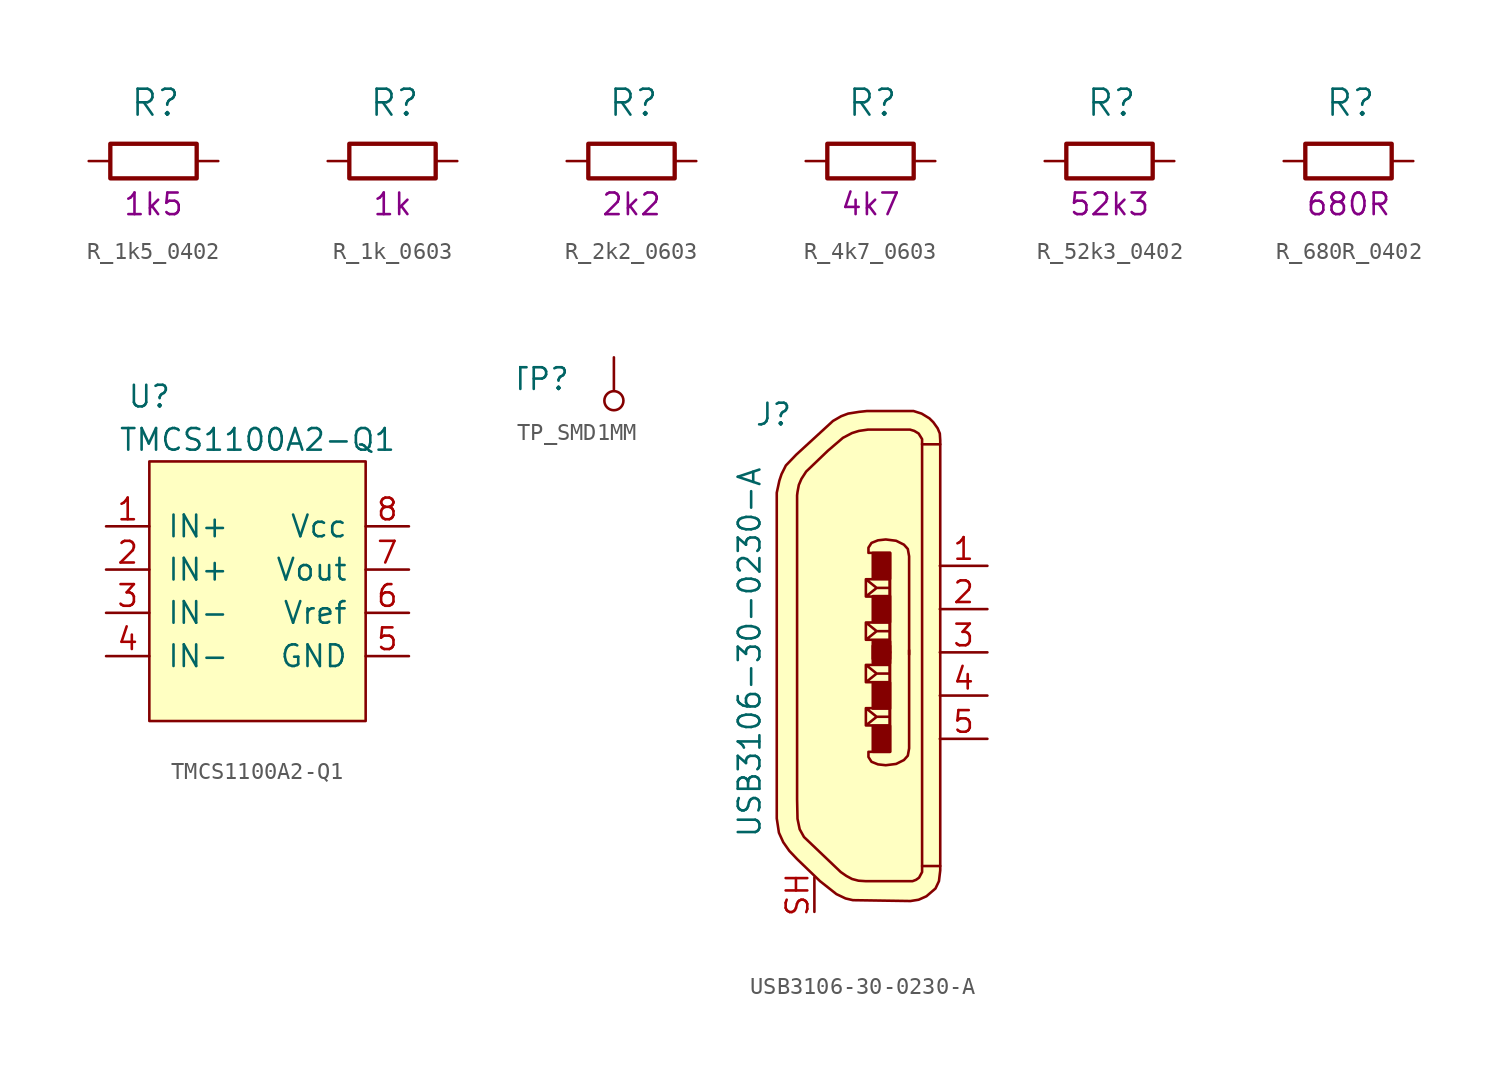
<source format=kicad_sym>
(kicad_symbol_lib
  (version 20211014)
  (generator kicad_symbol_editor)
  (symbol "R_1k5_0402"
    (pin_names
      (offset 0))
    (property "Reference" "R"
      (at -1.397 3.429 0)
      (effects (font (size 1.524 1.524)) (justify left)))
    (property "Val" "1k5"
      (at 0 -2.54 0)
      (effects (font (size 1.27 1.27))))
    (symbol "R_1k5_0402_1_1"
      (rectangle (start 2.54 -1.016) (end -2.54 1.016) (stroke (width 0.254) (type default) (color 0 0 0 0)) (fill (type none)))
      (pin passive line (at -3.81 0 0) (length 1.27) (name "~" (effects (font (size 0 0)))) (number "1" (effects (font (size 0 0)))))
      (pin passive line (at 3.81 0 180) (length 1.27) (name "~" (effects (font (size 0 0)))) (number "2" (effects (font (size 0 0)))))))
  (symbol "R_1k_0603"
    (pin_names
      (offset 0))
    (property "Reference" "R"
      (at -1.397 3.429 0)
      (effects (font (size 1.524 1.524)) (justify left)))
    (property "Val" "1k"
      (at 0 -2.54 0)
      (effects (font (size 1.27 1.27))))
    (symbol "R_1k_0603_1_1"
      (rectangle (start 2.54 -1.016) (end -2.54 1.016) (stroke (width 0.254) (type default) (color 0 0 0 0)) (fill (type none)))
      (pin passive line (at -3.81 0 0) (length 1.27) (name "~" (effects (font (size 0 0)))) (number "1" (effects (font (size 0 0)))))
      (pin passive line (at 3.81 0 180) (length 1.27) (name "~" (effects (font (size 0 0)))) (number "2" (effects (font (size 0 0)))))))
  (symbol "R_2k2_0603"
    (pin_names
      (offset 0))
    (property "Reference" "R"
      (at -1.397 3.429 0)
      (effects (font (size 1.524 1.524)) (justify left)))
    (property "Val" "2k2"
      (at 0 -2.54 0)
      (effects (font (size 1.27 1.27))))
    (symbol "R_2k2_0603_1_1"
      (rectangle (start 2.54 -1.016) (end -2.54 1.016) (stroke (width 0.254) (type default) (color 0 0 0 0)) (fill (type none)))
      (pin passive line (at -3.81 0 0) (length 1.27) (name "~" (effects (font (size 0 0)))) (number "1" (effects (font (size 0 0)))))
      (pin passive line (at 3.81 0 180) (length 1.27) (name "~" (effects (font (size 0 0)))) (number "2" (effects (font (size 0 0)))))))
  (symbol "R_4k7_0603"
    (pin_names
      (offset 0))
    (property "Reference" "R"
      (at -1.397 3.429 0)
      (effects (font (size 1.524 1.524)) (justify left)))
    (property "Val" "4k7"
      (at 0 -2.54 0)
      (effects (font (size 1.27 1.27))))
    (symbol "R_4k7_0603_1_1"
      (rectangle (start 2.54 -1.016) (end -2.54 1.016) (stroke (width 0.254) (type default) (color 0 0 0 0)) (fill (type none)))
      (pin passive line (at -3.81 0 0) (length 1.27) (name "~" (effects (font (size 0 0)))) (number "1" (effects (font (size 0 0)))))
      (pin passive line (at 3.81 0 180) (length 1.27) (name "~" (effects (font (size 0 0)))) (number "2" (effects (font (size 0 0)))))))
  (symbol "R_52k3_0402"
    (pin_names
      (offset 0))
    (property "Reference" "R"
      (at -1.397 3.429 0)
      (effects (font (size 1.524 1.524)) (justify left)))
    (property "Val" "52k3"
      (at 0 -2.54 0)
      (effects (font (size 1.27 1.27))))
    (symbol "R_52k3_0402_1_1"
      (rectangle (start 2.54 -1.016) (end -2.54 1.016) (stroke (width 0.254) (type default) (color 0 0 0 0)) (fill (type none)))
      (pin passive line (at -3.81 0 0) (length 1.27) (name "~" (effects (font (size 0 0)))) (number "1" (effects (font (size 0 0)))))
      (pin passive line (at 3.81 0 180) (length 1.27) (name "~" (effects (font (size 0 0)))) (number "2" (effects (font (size 0 0)))))))
  (symbol "R_680R_0402"
    (pin_names
      (offset 0))
    (property "Reference" "R"
      (at -1.397 3.429 0)
      (effects (font (size 1.524 1.524)) (justify left)))
    (property "Val" "680R"
      (at 0 -2.54 0)
      (effects (font (size 1.27 1.27))))
    (symbol "R_680R_0402_1_1"
      (rectangle (start 2.54 -1.016) (end -2.54 1.016) (stroke (width 0.254) (type default) (color 0 0 0 0)) (fill (type none)))
      (pin passive line (at -3.81 0 0) (length 1.27) (name "~" (effects (font (size 0 0)))) (number "1" (effects (font (size 0 0)))))
      (pin passive line (at 3.81 0 180) (length 1.27) (name "~" (effects (font (size 0 0)))) (number "2" (effects (font (size 0 0)))))))
  (symbol "TMCS1100A2-Q1"
    (pin_names
      (offset 1.016))
    (property "Reference" "U"
      (at -6.35 11.43 0)
      (effects (font (size 1.27 1.27))))
    (property "Value" "TMCS1100A2-Q1"
      (at 0 8.89 0)
      (effects (font (size 1.27 1.27))))
    (symbol "TMCS1100A2-Q1_0_1"
      (rectangle (start -6.35 7.62) (end 6.35 -7.62) (stroke (width 0) (type default) (color 0 0 0 0)) (fill (type background))))
    (symbol "TMCS1100A2-Q1_1_1"
      (pin input line (at -8.89 3.81 0) (length 2.54) (name "IN+" (effects (font (size 1.27 1.27)))) (number "1" (effects (font (size 1.27 1.27)))))
      (pin input line (at -8.89 1.27 0) (length 2.54) (name "IN+" (effects (font (size 1.27 1.27)))) (number "2" (effects (font (size 1.27 1.27)))))
      (pin input line (at -8.89 -1.27 0) (length 2.54) (name "IN-" (effects (font (size 1.27 1.27)))) (number "3" (effects (font (size 1.27 1.27)))))
      (pin input line (at -8.89 -3.81 0) (length 2.54) (name "IN-" (effects (font (size 1.27 1.27)))) (number "4" (effects (font (size 1.27 1.27)))))
      (pin power_in line (at 8.89 -3.81 180) (length 2.54) (name "GND" (effects (font (size 1.27 1.27)))) (number "5" (effects (font (size 1.27 1.27)))))
      (pin input line (at 8.89 -1.27 180) (length 2.54) (name "Vref" (effects (font (size 1.27 1.27)))) (number "6" (effects (font (size 1.27 1.27)))))
      (pin output line (at 8.89 1.27 180) (length 2.54) (name "Vout" (effects (font (size 1.27 1.27)))) (number "7" (effects (font (size 1.27 1.27)))))
      (pin power_in line (at 8.89 3.81 180) (length 2.54) (name "Vcc" (effects (font (size 1.27 1.27)))) (number "8" (effects (font (size 1.27 1.27)))))))
  (symbol "TP_SMD1MM"
    (pin_numbers hide)
    (pin_names
      (offset 0))
    (property "Reference" "TP"
      (at -2.54 1.27 0)
      (effects (font (size 1.27 1.27)) (justify right)))
    (symbol "TP_SMD1MM_0_1"
      (circle (center 0 0) (radius 0.559) (stroke (width 0) (type default) (color 0 0 0 0)) (fill (type none))))
    (symbol "TP_SMD1MM_1_1"
      (pin passive line (at 0 2.54 270) (length 1.905) (name "~" (effects (font (size 1.27 1.27)))) (number "1" (effects (font (size 1.27 1.27)))))))
  (symbol "USB3106-30-0230-A"
    (pin_names
      (offset 1.016))
    (property "Reference" "J"
      (at -3.81 13.97 0)
      (effects (font (size 1.27 1.27)) (justify right)))
    (property "Value" "USB3106-30-0230-A"
      (at -6.35 0 90)
      (effects (font (size 1.27 1.27))))
    (symbol "USB3106-30-0230-A_1_1"
      (polyline (pts (xy 3.785 12.243) (xy 3.785 -12.548)) (stroke (width 0) (type default) (color 0 0 0 0)) (fill (type none)))
      (polyline (pts (xy 0.483 -4.293) (xy 0.483 -3.277) (xy 1.88 -3.277) (xy 1.88 -4.293) (xy 0.483 -4.293) (xy 1.118 -3.785) (xy 0.483 -3.277) (xy 1.88 -3.277) (xy 1.88 -3.785) (xy 1.118 -3.785)) (stroke (width 0) (type default) (color 0 0 0 0)) (fill (type none)))
      (polyline (pts (xy 0.483 -1.753) (xy 0.483 -0.737) (xy 1.88 -0.737) (xy 1.88 -1.753) (xy 0.483 -1.753) (xy 1.118 -1.245) (xy 0.483 -0.737) (xy 1.88 -0.737) (xy 1.88 -1.245) (xy 1.118 -1.245)) (stroke (width 0) (type default) (color 0 0 0 0)) (fill (type none)))
      (polyline (pts (xy 0.483 1.753) (xy 0.483 0.737) (xy 1.88 0.737) (xy 1.88 1.753) (xy 0.483 1.753) (xy 1.118 1.245) (xy 0.483 0.737) (xy 1.88 0.737) (xy 1.88 1.245) (xy 1.118 1.245)) (stroke (width 0) (type default) (color 0 0 0 0)) (fill (type none)))
      (polyline (pts (xy 0.483 4.293) (xy 0.483 3.277) (xy 1.88 3.277) (xy 1.88 4.293) (xy 0.483 4.293) (xy 1.118 3.785) (xy 0.483 3.277) (xy 1.88 3.277) (xy 1.88 3.785) (xy 1.118 3.785)) (stroke (width 0) (type default) (color 0 0 0 0)) (fill (type none)))
      (polyline (pts (xy 1.905 -0.025) (xy 1.905 5.842) (xy 0.635 5.842) (xy 0.635 6.147) (xy 0.813 6.426) (xy 1.194 6.579) (xy 1.651 6.629) (xy 2.261 6.553) (xy 2.718 6.325) (xy 2.946 6.071) (xy 3.023 5.639) (xy 3.023 4.801) (xy 3.023 -0.127)) (stroke (width 0) (type default) (color 0 0 0 0)) (fill (type none)))
      (polyline (pts (xy 1.905 0.025) (xy 1.905 -5.842) (xy 0.635 -5.842) (xy 0.635 -6.147) (xy 0.813 -6.426) (xy 1.194 -6.579) (xy 1.651 -6.629) (xy 2.261 -6.553) (xy 2.718 -6.325) (xy 2.946 -6.071) (xy 3.023 -5.639) (xy 3.023 -4.801) (xy 3.023 0.127)) (stroke (width 0) (type default) (color 0 0 0 0)) (fill (type none)))
      (polyline (pts (xy 4.851 -12.548) (xy 3.835 -12.548) (xy 3.785 -12.548) (xy 3.785 -12.903) (xy 3.607 -13.233) (xy 3.429 -13.36) (xy 3.226 -13.437) (xy 0.457 -13.437) (xy 0.051 -13.411) (xy -0.33 -13.31) (xy -0.66 -13.132) (xy -0.991 -12.903) (xy -3.15 -10.846) (xy -3.404 -10.389) (xy -3.531 -9.779) (xy -3.556 -8.636) (xy -3.556 9.22) (xy -3.531 9.423) (xy -3.454 9.83) (xy -3.302 10.185) (xy -3.023 10.617) (xy -1.753 11.836) (xy -0.864 12.598) (xy -0.33 12.878) (xy 0.076 13.005) (xy 0.61 13.081) (xy 3.073 13.081) (xy 3.327 13.005) (xy 3.581 12.852) (xy 3.785 12.522) (xy 3.785 12.217) (xy 4.851 12.217)) (stroke (width 0) (type default) (color 0 0 0 0)) (fill (type none)))
      (polyline (pts (xy 4.851 -11.481) (xy 4.851 -12.802) (xy 4.775 -13.437) (xy 4.572 -13.868) (xy 4.039 -14.326) (xy 3.581 -14.529) (xy 3.099 -14.605) (xy -0.279 -14.554) (xy -0.711 -14.453) (xy -1.245 -14.199) (xy -2.21 -13.437) (xy -3.556 -12.141) (xy -4.013 -11.659) (xy -4.369 -11.151) (xy -4.623 -10.592) (xy -4.75 -9.754) (xy -4.75 9.373) (xy -4.597 10.084) (xy -4.47 10.465) (xy -4.216 10.973) (xy -3.607 11.608) (xy -1.448 13.589) (xy -0.965 13.868) (xy -0.559 14.021) (xy 0.076 14.122) (xy 0.559 14.173) (xy 3.277 14.173) (xy 3.759 14.021) (xy 4.216 13.741) (xy 4.445 13.513) (xy 4.699 13.157) (xy 4.826 12.852) (xy 4.851 12.446) (xy 4.851 -11.506)) (stroke (width 0) (type default) (color 0 0 0 0)) (fill (type background)))
      (rectangle (start 0.889 -4.318) (end 1.905 -5.842) (stroke (width 0) (type default) (color 0 0 0 0)) (fill (type outline)))
      (rectangle (start 0.889 -3.302) (end 1.905 -1.778) (stroke (width 0) (type default) (color 0 0 0 0)) (fill (type outline)))
      (rectangle (start 0.889 -0.635) (end 1.905 0.381) (stroke (width 0) (type default) (color 0 0 0 0)) (fill (type outline)))
      (rectangle (start 0.889 0.635) (end 1.905 -0.381) (stroke (width 0) (type default) (color 0 0 0 0)) (fill (type outline)))
      (rectangle (start 0.889 3.302) (end 1.905 1.778) (stroke (width 0) (type default) (color 0 0 0 0)) (fill (type outline)))
      (rectangle (start 0.889 4.318) (end 1.905 5.842) (stroke (width 0) (type default) (color 0 0 0 0)) (fill (type outline)))
      (pin passive line (at 7.62 5.08 180) (length 2.794) (name "~" (effects (font (size 1.27 1.27)))) (number "1" (effects (font (size 1.27 1.27)))))
      (pin passive line (at 7.62 2.54 180) (length 2.794) (name "~" (effects (font (size 1.27 1.27)))) (number "2" (effects (font (size 1.27 1.27)))))
      (pin passive line (at 7.62 0 180) (length 2.794) (name "~" (effects (font (size 1.27 1.27)))) (number "3" (effects (font (size 1.27 1.27)))))
      (pin passive line (at 7.62 -2.54 180) (length 2.794) (name "~" (effects (font (size 1.27 1.27)))) (number "4" (effects (font (size 1.27 1.27)))))
      (pin passive line (at 7.62 -5.08 180) (length 2.794) (name "~" (effects (font (size 1.27 1.27)))) (number "5" (effects (font (size 1.27 1.27)))))
      (pin passive line (at -2.54 -15.24 90) (length 2.032) (name "~" (effects (font (size 1.27 1.27)))) (number "SH" (effects (font (size 1.27 1.27))))))))
</source>
